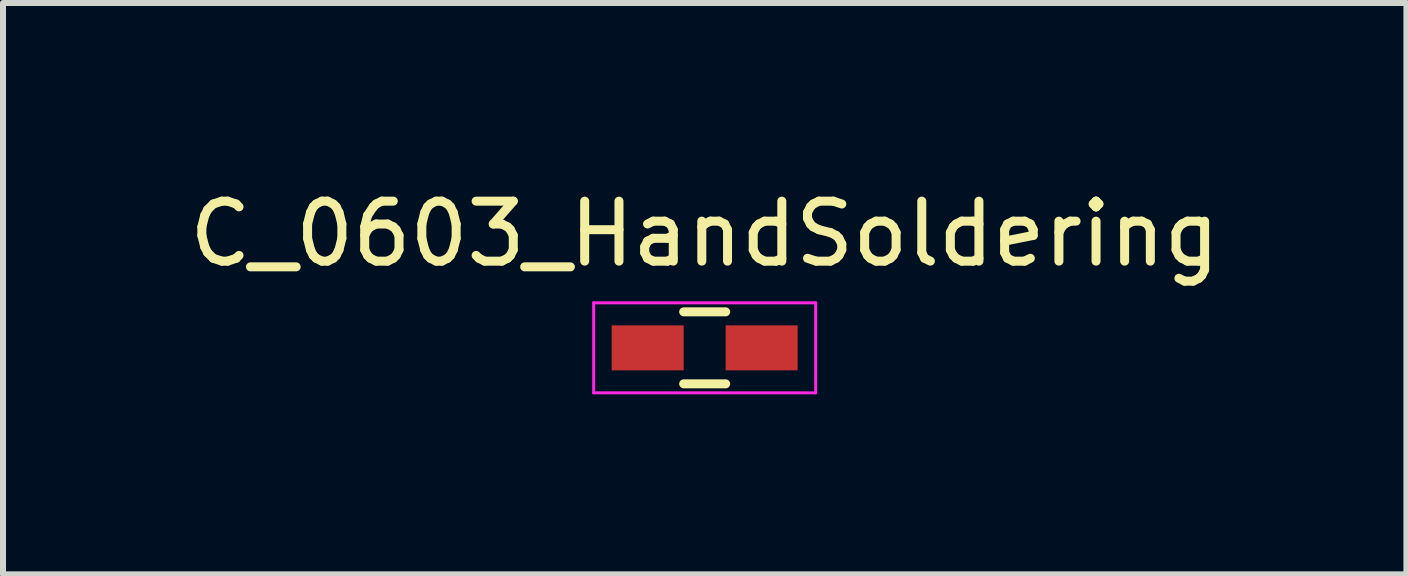
<source format=kicad_pcb>
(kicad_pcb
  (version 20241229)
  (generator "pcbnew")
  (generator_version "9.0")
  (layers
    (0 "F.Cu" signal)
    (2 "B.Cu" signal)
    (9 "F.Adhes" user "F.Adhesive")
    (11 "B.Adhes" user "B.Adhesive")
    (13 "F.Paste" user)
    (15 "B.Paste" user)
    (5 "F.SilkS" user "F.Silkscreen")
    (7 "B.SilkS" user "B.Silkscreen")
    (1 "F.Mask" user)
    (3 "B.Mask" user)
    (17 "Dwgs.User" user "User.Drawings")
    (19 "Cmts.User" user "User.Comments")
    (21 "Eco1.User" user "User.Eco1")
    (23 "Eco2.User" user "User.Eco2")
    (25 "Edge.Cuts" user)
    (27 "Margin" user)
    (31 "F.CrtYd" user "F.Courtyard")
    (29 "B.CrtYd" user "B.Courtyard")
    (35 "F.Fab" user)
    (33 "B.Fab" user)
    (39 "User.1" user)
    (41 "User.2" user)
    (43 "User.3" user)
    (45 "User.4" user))
  (footprint "C_0603_HandSoldering"
    (layer "F.Cu")
    (at 8.696 2.748)
    (property "Reference" "C_0603_HandSoldering" (at 0 -1.9 0) (layer "F.SilkS") (effects (font (size 1 1) (thickness 0.15))))
    (attr smd)
    (fp_line (start -0.35 -0.6) (end 0.35 -0.6) (stroke (width 0.15) (type solid)) (layer "F.SilkS"))
    (fp_line (start 0.35 0.6) (end -0.35 0.6) (stroke (width 0.15) (type solid)) (layer "F.SilkS"))
    (fp_line (start -1.85 -0.75) (end -1.85 0.75) (stroke (width 0.05) (type solid)) (layer "F.CrtYd"))
    (fp_line (start -1.85 -0.75) (end 1.85 -0.75) (stroke (width 0.05) (type solid)) (layer "F.CrtYd"))
    (fp_line (start -1.85 0.75) (end 1.85 0.75) (stroke (width 0.05) (type solid)) (layer "F.CrtYd"))
    (fp_line (start 1.85 -0.75) (end 1.85 0.75) (stroke (width 0.05) (type solid)) (layer "F.CrtYd"))
    (pad "1" smd rect (at -0.95 0) (size 1.2 0.75) (layers "F.Cu" "F.Mask" "F.Paste"))
    (pad "2" smd rect (at 0.95 0) (size 1.2 0.75) (layers "F.Cu" "F.Mask" "F.Paste")))
  (gr_rect
    (start -3 -3)
    (end 20.393 6.523)
    (stroke (width 0.1) (type default))
    (fill no)
    (layer "Edge.Cuts")))
</source>
